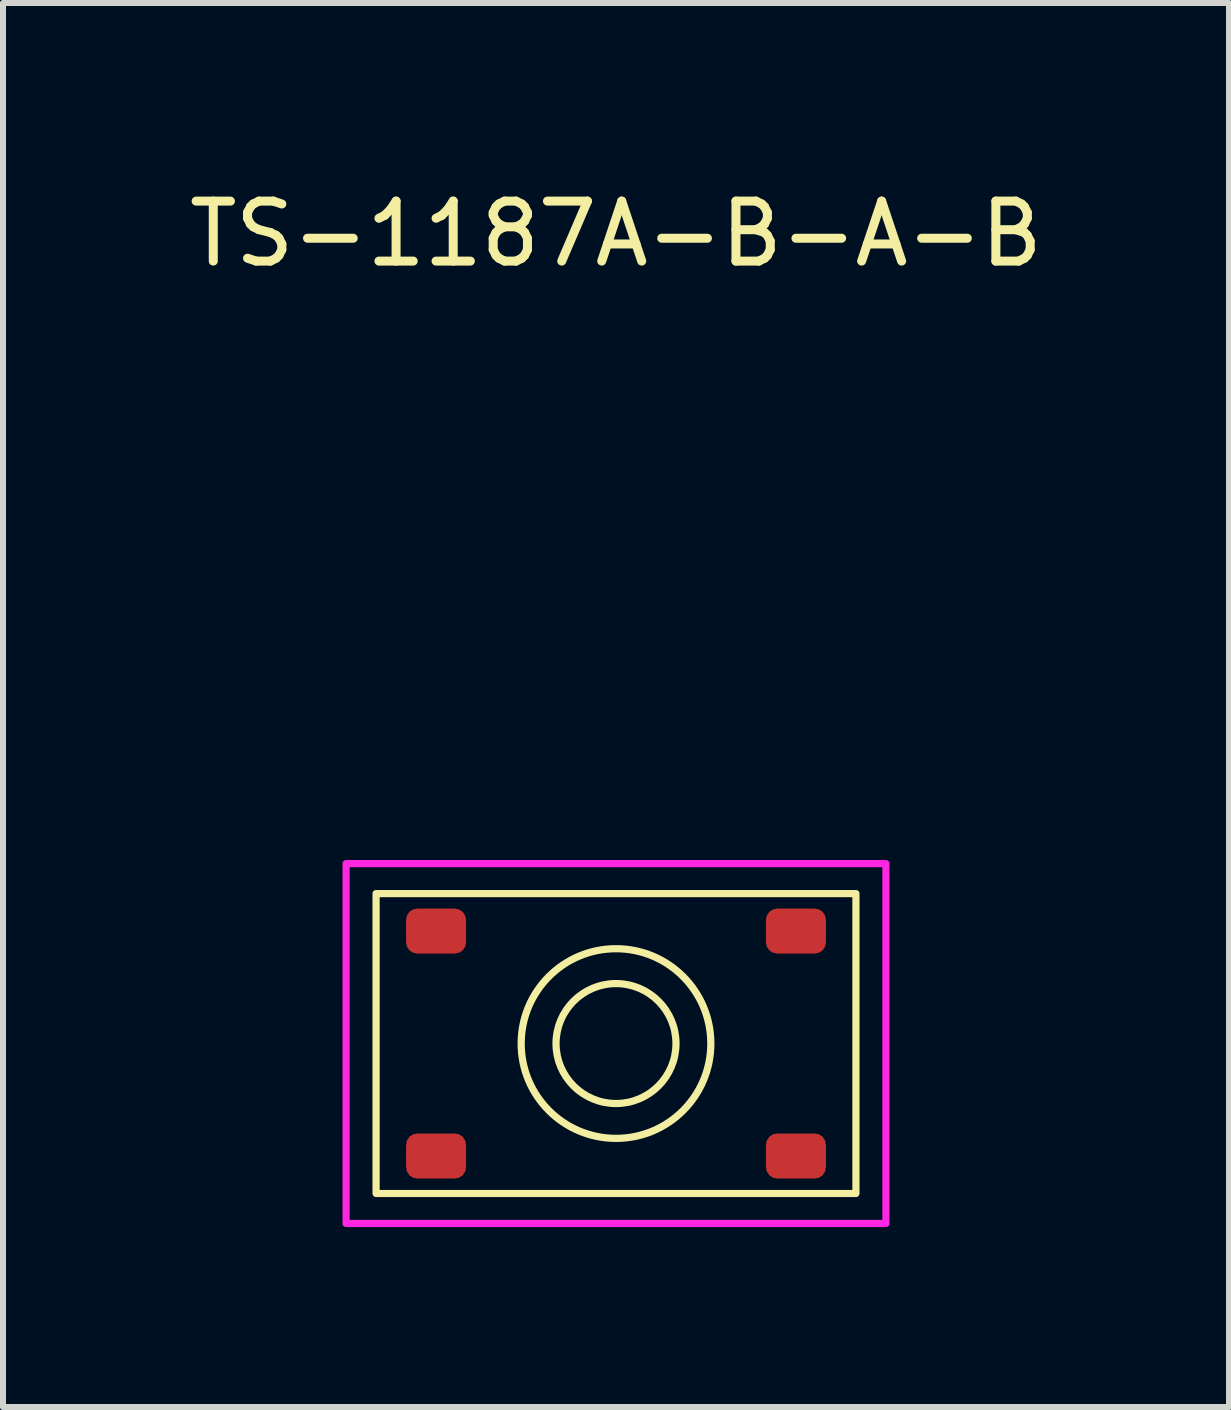
<source format=kicad_pcb>
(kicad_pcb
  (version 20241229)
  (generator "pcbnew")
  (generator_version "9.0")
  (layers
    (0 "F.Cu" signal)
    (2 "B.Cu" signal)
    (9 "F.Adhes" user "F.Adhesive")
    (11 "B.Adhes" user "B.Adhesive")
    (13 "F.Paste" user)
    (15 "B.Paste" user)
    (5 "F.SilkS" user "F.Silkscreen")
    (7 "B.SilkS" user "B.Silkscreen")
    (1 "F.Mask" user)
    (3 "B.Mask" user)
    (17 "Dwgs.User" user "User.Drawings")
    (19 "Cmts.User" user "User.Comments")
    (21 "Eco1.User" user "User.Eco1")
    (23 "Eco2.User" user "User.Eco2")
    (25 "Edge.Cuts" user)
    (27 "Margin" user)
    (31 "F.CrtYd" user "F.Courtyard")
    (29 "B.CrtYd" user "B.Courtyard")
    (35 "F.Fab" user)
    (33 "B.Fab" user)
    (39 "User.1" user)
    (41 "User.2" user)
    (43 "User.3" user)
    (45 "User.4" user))
  (footprint "TS-1187A-B-A-B"
    (layer "F.Cu")
    (at 7.22 14.348)
    (property "Reference" "TS-1187A-B-A-B" (at 0 -13.5 0) (unlocked yes) (layer "F.SilkS") (effects (font (size 1 1) (thickness 0.15))))
    (attr smd)
    (fp_rect (start -4 -2.5) (end 4 2.5) (stroke (width 0.12) (type default)) (fill no) (layer "F.SilkS"))
    (fp_circle (center 0 0) (end 0 1) (stroke (width 0.12) (type default)) (fill no) (layer "F.SilkS"))
    (fp_circle (center 0 0) (end 0.5 1.5) (stroke (width 0.12) (type default)) (fill no) (layer "F.SilkS"))
    (fp_rect (start -4.5 -3) (end 4.5 3) (stroke (width 0.12) (type default)) (fill no) (layer "F.CrtYd"))
    (pad "1" smd roundrect (at -3 -1.875) (size 1 0.75) (layers "F.Cu" "F.Mask" "F.Paste") (roundrect_rratio 0.25))
    (pad "1" smd roundrect (at 3 -1.875) (size 1 0.75) (layers "F.Cu" "F.Mask" "F.Paste") (roundrect_rratio 0.25))
    (pad "2" smd roundrect (at -3 1.875) (size 1 0.75) (layers "F.Cu" "F.Mask" "F.Paste") (roundrect_rratio 0.25))
    (pad "2" smd roundrect (at 3 1.875) (size 1 0.75) (layers "F.Cu" "F.Mask" "F.Paste") (roundrect_rratio 0.25)))
  (gr_rect
    (start -3 -3)
    (end 17.44 20.408)
    (stroke (width 0.1) (type default))
    (fill no)
    (layer "Edge.Cuts")))
</source>
